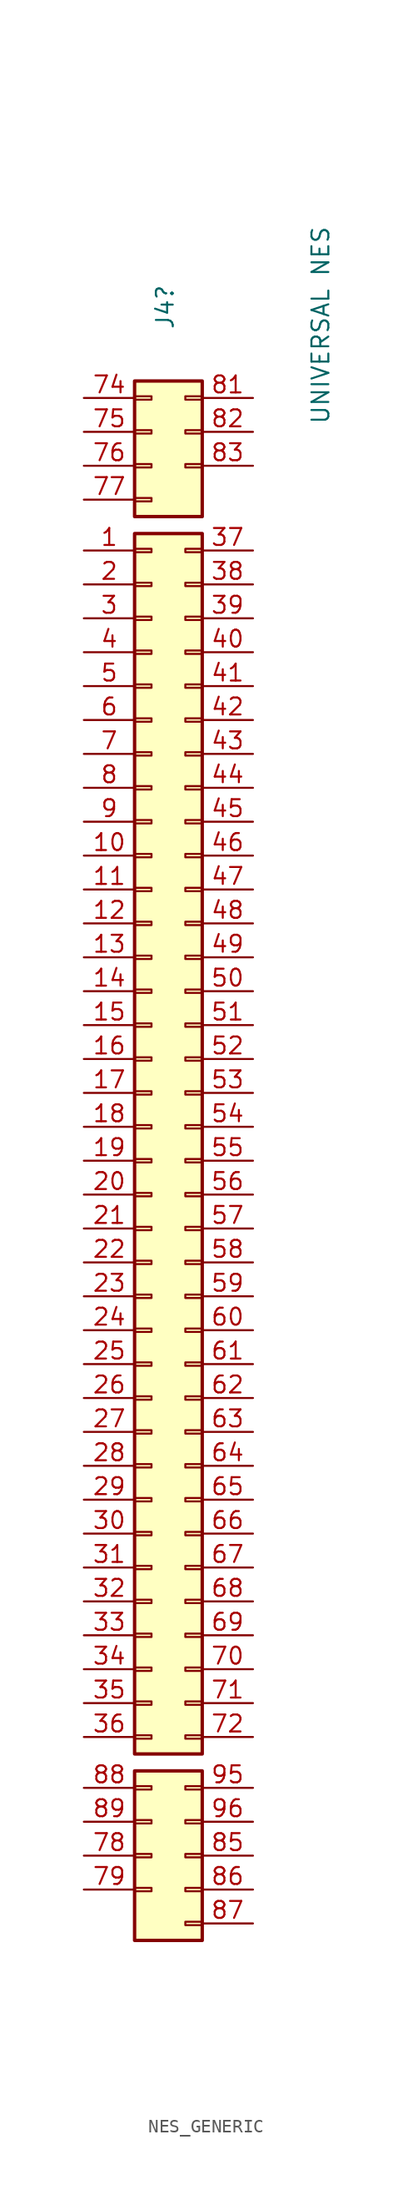
<source format=kicad_sym>
(kicad_symbol_lib
  (version 20231120)
  (generator "kicad_symbol_editor")
  (generator_version "8.0")
  (symbol "NES_GENERIC"
    (pin_names
      (offset 1.016) hide)
    (property "Reference" "J4"
      (at 1.016 59.69 90)
      (effects (font (size 1.27 1.27)) (justify left)))
    (property "Value" "UNIVERSAL NES"
      (at 12.7 52.578 90)
      (effects (font (size 1.27 1.27)) (justify left)))
    (symbol "NES_GENERIC_1_1"
      (rectangle (start -1.27 -57.023) (end 0 -57.277) (stroke (width 0.152) (type default)) (fill (type none)))
      (rectangle (start -1.27 -54.483) (end 0 -54.737) (stroke (width 0.152) (type default)) (fill (type none)))
      (rectangle (start -1.27 -51.943) (end 0 -52.197) (stroke (width 0.152) (type default)) (fill (type none)))
      (rectangle (start -1.27 -49.403) (end 0 -49.657) (stroke (width 0.152) (type default)) (fill (type none)))
      (rectangle (start -1.27 -48.26) (end 3.81 -60.96) (stroke (width 0.254) (type default)) (fill (type background)))
      (rectangle (start -1.27 -45.593) (end 0 -45.847) (stroke (width 0.152) (type default)) (fill (type none)))
      (rectangle (start -1.27 -43.053) (end 0 -43.307) (stroke (width 0.152) (type default)) (fill (type none)))
      (rectangle (start -1.27 -40.513) (end 0 -40.767) (stroke (width 0.152) (type default)) (fill (type none)))
      (rectangle (start -1.27 -37.973) (end 0 -38.227) (stroke (width 0.152) (type default)) (fill (type none)))
      (rectangle (start -1.27 -35.433) (end 0 -35.687) (stroke (width 0.152) (type default)) (fill (type none)))
      (rectangle (start -1.27 -32.893) (end 0 -33.147) (stroke (width 0.152) (type default)) (fill (type none)))
      (rectangle (start -1.27 -30.353) (end 0 -30.607) (stroke (width 0.152) (type default)) (fill (type none)))
      (rectangle (start -1.27 -27.813) (end 0 -28.067) (stroke (width 0.152) (type default)) (fill (type none)))
      (rectangle (start -1.27 -25.273) (end 0 -25.527) (stroke (width 0.152) (type default)) (fill (type none)))
      (rectangle (start -1.27 -22.733) (end 0 -22.987) (stroke (width 0.152) (type default)) (fill (type none)))
      (rectangle (start -1.27 -20.193) (end 0 -20.447) (stroke (width 0.152) (type default)) (fill (type none)))
      (rectangle (start -1.27 -17.653) (end 0 -17.907) (stroke (width 0.152) (type default)) (fill (type none)))
      (rectangle (start -1.27 -15.113) (end 0 -15.367) (stroke (width 0.152) (type default)) (fill (type none)))
      (rectangle (start -1.27 -12.573) (end 0 -12.827) (stroke (width 0.152) (type default)) (fill (type none)))
      (rectangle (start -1.27 -10.033) (end 0 -10.287) (stroke (width 0.152) (type default)) (fill (type none)))
      (rectangle (start -1.27 -7.493) (end 0 -7.747) (stroke (width 0.152) (type default)) (fill (type none)))
      (rectangle (start -1.27 -4.953) (end 0 -5.207) (stroke (width 0.152) (type default)) (fill (type none)))
      (rectangle (start -1.27 -2.413) (end 0 -2.667) (stroke (width 0.152) (type default)) (fill (type none)))
      (rectangle (start -1.27 0.127) (end 0 -0.127) (stroke (width 0.152) (type default)) (fill (type none)))
      (rectangle (start -1.27 2.667) (end 0 2.413) (stroke (width 0.152) (type default)) (fill (type none)))
      (rectangle (start -1.27 5.207) (end 0 4.953) (stroke (width 0.152) (type default)) (fill (type none)))
      (rectangle (start -1.27 7.747) (end 0 7.493) (stroke (width 0.152) (type default)) (fill (type none)))
      (rectangle (start -1.27 10.287) (end 0 10.033) (stroke (width 0.152) (type default)) (fill (type none)))
      (rectangle (start -1.27 12.827) (end 0 12.573) (stroke (width 0.152) (type default)) (fill (type none)))
      (rectangle (start -1.27 15.367) (end 0 15.113) (stroke (width 0.152) (type default)) (fill (type none)))
      (rectangle (start -1.27 17.907) (end 0 17.653) (stroke (width 0.152) (type default)) (fill (type none)))
      (rectangle (start -1.27 20.447) (end 0 20.193) (stroke (width 0.152) (type default)) (fill (type none)))
      (rectangle (start -1.27 22.987) (end 0 22.733) (stroke (width 0.152) (type default)) (fill (type none)))
      (rectangle (start -1.27 25.527) (end 0 25.273) (stroke (width 0.152) (type default)) (fill (type none)))
      (rectangle (start -1.27 28.067) (end 0 27.813) (stroke (width 0.152) (type default)) (fill (type none)))
      (rectangle (start -1.27 30.607) (end 0 30.353) (stroke (width 0.152) (type default)) (fill (type none)))
      (rectangle (start -1.27 33.147) (end 0 32.893) (stroke (width 0.152) (type default)) (fill (type none)))
      (rectangle (start -1.27 35.687) (end 0 35.433) (stroke (width 0.152) (type default)) (fill (type none)))
      (rectangle (start -1.27 38.227) (end 0 37.973) (stroke (width 0.152) (type default)) (fill (type none)))
      (rectangle (start -1.27 40.767) (end 0 40.513) (stroke (width 0.152) (type default)) (fill (type none)))
      (rectangle (start -1.27 43.307) (end 0 43.053) (stroke (width 0.152) (type default)) (fill (type none)))
      (rectangle (start -1.27 44.45) (end 3.81 -46.99) (stroke (width 0.254) (type default)) (fill (type background)))
      (rectangle (start -1.27 47.117) (end 0 46.863) (stroke (width 0.152) (type default)) (fill (type none)))
      (rectangle (start -1.27 49.657) (end 0 49.403) (stroke (width 0.152) (type default)) (fill (type none)))
      (rectangle (start -1.27 52.197) (end 0 51.943) (stroke (width 0.152) (type default)) (fill (type none)))
      (rectangle (start -1.27 54.737) (end 0 54.483) (stroke (width 0.152) (type default)) (fill (type none)))
      (rectangle (start -1.27 55.88) (end 3.81 45.72) (stroke (width 0.254) (type default)) (fill (type background)))
      (rectangle (start 3.81 -59.817) (end 2.54 -59.563) (stroke (width 0.152) (type default)) (fill (type none)))
      (rectangle (start 3.81 -57.277) (end 2.54 -57.023) (stroke (width 0.152) (type default)) (fill (type none)))
      (rectangle (start 3.81 -54.737) (end 2.54 -54.483) (stroke (width 0.152) (type default)) (fill (type none)))
      (rectangle (start 3.81 -52.197) (end 2.54 -51.943) (stroke (width 0.152) (type default)) (fill (type none)))
      (rectangle (start 3.81 -49.657) (end 2.54 -49.403) (stroke (width 0.152) (type default)) (fill (type none)))
      (rectangle (start 3.81 -45.593) (end 2.54 -45.847) (stroke (width 0.152) (type default)) (fill (type none)))
      (rectangle (start 3.81 -43.053) (end 2.54 -43.307) (stroke (width 0.152) (type default)) (fill (type none)))
      (rectangle (start 3.81 -40.513) (end 2.54 -40.767) (stroke (width 0.152) (type default)) (fill (type none)))
      (rectangle (start 3.81 -37.973) (end 2.54 -38.227) (stroke (width 0.152) (type default)) (fill (type none)))
      (rectangle (start 3.81 -35.433) (end 2.54 -35.687) (stroke (width 0.152) (type default)) (fill (type none)))
      (rectangle (start 3.81 -32.893) (end 2.54 -33.147) (stroke (width 0.152) (type default)) (fill (type none)))
      (rectangle (start 3.81 -30.353) (end 2.54 -30.607) (stroke (width 0.152) (type default)) (fill (type none)))
      (rectangle (start 3.81 -27.813) (end 2.54 -28.067) (stroke (width 0.152) (type default)) (fill (type none)))
      (rectangle (start 3.81 -25.273) (end 2.54 -25.527) (stroke (width 0.152) (type default)) (fill (type none)))
      (rectangle (start 3.81 -22.733) (end 2.54 -22.987) (stroke (width 0.152) (type default)) (fill (type none)))
      (rectangle (start 3.81 -20.193) (end 2.54 -20.447) (stroke (width 0.152) (type default)) (fill (type none)))
      (rectangle (start 3.81 -17.653) (end 2.54 -17.907) (stroke (width 0.152) (type default)) (fill (type none)))
      (rectangle (start 3.81 -15.113) (end 2.54 -15.367) (stroke (width 0.152) (type default)) (fill (type none)))
      (rectangle (start 3.81 -12.573) (end 2.54 -12.827) (stroke (width 0.152) (type default)) (fill (type none)))
      (rectangle (start 3.81 -10.033) (end 2.54 -10.287) (stroke (width 0.152) (type default)) (fill (type none)))
      (rectangle (start 3.81 -7.493) (end 2.54 -7.747) (stroke (width 0.152) (type default)) (fill (type none)))
      (rectangle (start 3.81 -4.953) (end 2.54 -5.207) (stroke (width 0.152) (type default)) (fill (type none)))
      (rectangle (start 3.81 -2.413) (end 2.54 -2.667) (stroke (width 0.152) (type default)) (fill (type none)))
      (rectangle (start 3.81 0.127) (end 2.54 -0.127) (stroke (width 0.152) (type default)) (fill (type none)))
      (rectangle (start 3.81 2.667) (end 2.54 2.413) (stroke (width 0.152) (type default)) (fill (type none)))
      (rectangle (start 3.81 5.207) (end 2.54 4.953) (stroke (width 0.152) (type default)) (fill (type none)))
      (rectangle (start 3.81 7.747) (end 2.54 7.493) (stroke (width 0.152) (type default)) (fill (type none)))
      (rectangle (start 3.81 10.287) (end 2.54 10.033) (stroke (width 0.152) (type default)) (fill (type none)))
      (rectangle (start 3.81 12.827) (end 2.54 12.573) (stroke (width 0.152) (type default)) (fill (type none)))
      (rectangle (start 3.81 15.367) (end 2.54 15.113) (stroke (width 0.152) (type default)) (fill (type none)))
      (rectangle (start 3.81 17.907) (end 2.54 17.653) (stroke (width 0.152) (type default)) (fill (type none)))
      (rectangle (start 3.81 20.447) (end 2.54 20.193) (stroke (width 0.152) (type default)) (fill (type none)))
      (rectangle (start 3.81 22.987) (end 2.54 22.733) (stroke (width 0.152) (type default)) (fill (type none)))
      (rectangle (start 3.81 25.527) (end 2.54 25.273) (stroke (width 0.152) (type default)) (fill (type none)))
      (rectangle (start 3.81 28.067) (end 2.54 27.813) (stroke (width 0.152) (type default)) (fill (type none)))
      (rectangle (start 3.81 30.607) (end 2.54 30.353) (stroke (width 0.152) (type default)) (fill (type none)))
      (rectangle (start 3.81 33.147) (end 2.54 32.893) (stroke (width 0.152) (type default)) (fill (type none)))
      (rectangle (start 3.81 35.687) (end 2.54 35.433) (stroke (width 0.152) (type default)) (fill (type none)))
      (rectangle (start 3.81 38.227) (end 2.54 37.973) (stroke (width 0.152) (type default)) (fill (type none)))
      (rectangle (start 3.81 40.767) (end 2.54 40.513) (stroke (width 0.152) (type default)) (fill (type none)))
      (rectangle (start 3.81 43.307) (end 2.54 43.053) (stroke (width 0.152) (type default)) (fill (type none)))
      (rectangle (start 3.81 49.403) (end 2.54 49.657) (stroke (width 0.152) (type default)) (fill (type none)))
      (rectangle (start 3.81 51.943) (end 2.54 52.197) (stroke (width 0.152) (type default)) (fill (type none)))
      (rectangle (start 3.81 54.483) (end 2.54 54.737) (stroke (width 0.152) (type default)) (fill (type none)))
      (pin passive line (at -5.08 43.18 0) (length 3.81) (name "Pin_1" (effects (font (size 1.27 1.27)))) (number "1" (effects (font (size 1.27 1.27)))))
      (pin passive line (at -5.08 20.32 0) (length 3.81) (name "Pin_10" (effects (font (size 1.27 1.27)))) (number "10" (effects (font (size 1.27 1.27)))))
      (pin passive line (at -5.08 17.78 0) (length 3.81) (name "Pin_11" (effects (font (size 1.27 1.27)))) (number "11" (effects (font (size 1.27 1.27)))))
      (pin passive line (at -5.08 15.24 0) (length 3.81) (name "Pin_12" (effects (font (size 1.27 1.27)))) (number "12" (effects (font (size 1.27 1.27)))))
      (pin passive line (at -5.08 12.7 0) (length 3.81) (name "Pin_13" (effects (font (size 1.27 1.27)))) (number "13" (effects (font (size 1.27 1.27)))))
      (pin passive line (at -5.08 10.16 0) (length 3.81) (name "Pin_14" (effects (font (size 1.27 1.27)))) (number "14" (effects (font (size 1.27 1.27)))))
      (pin passive line (at -5.08 7.62 0) (length 3.81) (name "Pin_15" (effects (font (size 1.27 1.27)))) (number "15" (effects (font (size 1.27 1.27)))))
      (pin passive line (at -5.08 5.08 0) (length 3.81) (name "Pin_16" (effects (font (size 1.27 1.27)))) (number "16" (effects (font (size 1.27 1.27)))))
      (pin passive line (at -5.08 2.54 0) (length 3.81) (name "Pin_17" (effects (font (size 1.27 1.27)))) (number "17" (effects (font (size 1.27 1.27)))))
      (pin passive line (at -5.08 0 0) (length 3.81) (name "Pin_18" (effects (font (size 1.27 1.27)))) (number "18" (effects (font (size 1.27 1.27)))))
      (pin passive line (at -5.08 -2.54 0) (length 3.81) (name "Pin_19" (effects (font (size 1.27 1.27)))) (number "19" (effects (font (size 1.27 1.27)))))
      (pin passive line (at -5.08 40.64 0) (length 3.81) (name "Pin_2" (effects (font (size 1.27 1.27)))) (number "2" (effects (font (size 1.27 1.27)))))
      (pin passive line (at -5.08 -5.08 0) (length 3.81) (name "Pin_20" (effects (font (size 1.27 1.27)))) (number "20" (effects (font (size 1.27 1.27)))))
      (pin passive line (at -5.08 -7.62 0) (length 3.81) (name "Pin_21" (effects (font (size 1.27 1.27)))) (number "21" (effects (font (size 1.27 1.27)))))
      (pin passive line (at -5.08 -10.16 0) (length 3.81) (name "Pin_22" (effects (font (size 1.27 1.27)))) (number "22" (effects (font (size 1.27 1.27)))))
      (pin passive line (at -5.08 -12.7 0) (length 3.81) (name "Pin_23" (effects (font (size 1.27 1.27)))) (number "23" (effects (font (size 1.27 1.27)))))
      (pin passive line (at -5.08 -15.24 0) (length 3.81) (name "Pin_24" (effects (font (size 1.27 1.27)))) (number "24" (effects (font (size 1.27 1.27)))))
      (pin passive line (at -5.08 -17.78 0) (length 3.81) (name "Pin_25" (effects (font (size 1.27 1.27)))) (number "25" (effects (font (size 1.27 1.27)))))
      (pin passive line (at -5.08 -20.32 0) (length 3.81) (name "Pin_26" (effects (font (size 1.27 1.27)))) (number "26" (effects (font (size 1.27 1.27)))))
      (pin passive line (at -5.08 -22.86 0) (length 3.81) (name "Pin_27" (effects (font (size 1.27 1.27)))) (number "27" (effects (font (size 1.27 1.27)))))
      (pin passive line (at -5.08 -25.4 0) (length 3.81) (name "Pin_28" (effects (font (size 1.27 1.27)))) (number "28" (effects (font (size 1.27 1.27)))))
      (pin passive line (at -5.08 -27.94 0) (length 3.81) (name "Pin_29" (effects (font (size 1.27 1.27)))) (number "29" (effects (font (size 1.27 1.27)))))
      (pin passive line (at -5.08 38.1 0) (length 3.81) (name "Pin_3" (effects (font (size 1.27 1.27)))) (number "3" (effects (font (size 1.27 1.27)))))
      (pin passive line (at -5.08 -30.48 0) (length 3.81) (name "Pin_30" (effects (font (size 1.27 1.27)))) (number "30" (effects (font (size 1.27 1.27)))))
      (pin passive line (at -5.08 -33.02 0) (length 3.81) (name "Pin_31" (effects (font (size 1.27 1.27)))) (number "31" (effects (font (size 1.27 1.27)))))
      (pin passive line (at -5.08 -35.56 0) (length 3.81) (name "Pin_32" (effects (font (size 1.27 1.27)))) (number "32" (effects (font (size 1.27 1.27)))))
      (pin passive line (at -5.08 -38.1 0) (length 3.81) (name "Pin_33" (effects (font (size 1.27 1.27)))) (number "33" (effects (font (size 1.27 1.27)))))
      (pin passive line (at -5.08 -40.64 0) (length 3.81) (name "Pin_34" (effects (font (size 1.27 1.27)))) (number "34" (effects (font (size 1.27 1.27)))))
      (pin passive line (at -5.08 -43.18 0) (length 3.81) (name "Pin_35" (effects (font (size 1.27 1.27)))) (number "35" (effects (font (size 1.27 1.27)))))
      (pin passive line (at -5.08 -45.72 0) (length 3.81) (name "Pin_36" (effects (font (size 1.27 1.27)))) (number "36" (effects (font (size 1.27 1.27)))))
      (pin passive line (at 7.62 43.18 180) (length 3.81) (name "Pin_37" (effects (font (size 1.27 1.27)))) (number "37" (effects (font (size 1.27 1.27)))))
      (pin passive line (at 7.62 40.64 180) (length 3.81) (name "Pin_38" (effects (font (size 1.27 1.27)))) (number "38" (effects (font (size 1.27 1.27)))))
      (pin passive line (at 7.62 38.1 180) (length 3.81) (name "Pin_39" (effects (font (size 1.27 1.27)))) (number "39" (effects (font (size 1.27 1.27)))))
      (pin passive line (at -5.08 35.56 0) (length 3.81) (name "Pin_4" (effects (font (size 1.27 1.27)))) (number "4" (effects (font (size 1.27 1.27)))))
      (pin passive line (at 7.62 35.56 180) (length 3.81) (name "Pin_40" (effects (font (size 1.27 1.27)))) (number "40" (effects (font (size 1.27 1.27)))))
      (pin passive line (at 7.62 33.02 180) (length 3.81) (name "Pin_41" (effects (font (size 1.27 1.27)))) (number "41" (effects (font (size 1.27 1.27)))))
      (pin passive line (at 7.62 30.48 180) (length 3.81) (name "Pin_42" (effects (font (size 1.27 1.27)))) (number "42" (effects (font (size 1.27 1.27)))))
      (pin passive line (at 7.62 27.94 180) (length 3.81) (name "Pin_43" (effects (font (size 1.27 1.27)))) (number "43" (effects (font (size 1.27 1.27)))))
      (pin passive line (at 7.62 25.4 180) (length 3.81) (name "Pin_44" (effects (font (size 1.27 1.27)))) (number "44" (effects (font (size 1.27 1.27)))))
      (pin passive line (at 7.62 22.86 180) (length 3.81) (name "Pin_45" (effects (font (size 1.27 1.27)))) (number "45" (effects (font (size 1.27 1.27)))))
      (pin passive line (at 7.62 20.32 180) (length 3.81) (name "Pin_46" (effects (font (size 1.27 1.27)))) (number "46" (effects (font (size 1.27 1.27)))))
      (pin passive line (at 7.62 17.78 180) (length 3.81) (name "Pin_47" (effects (font (size 1.27 1.27)))) (number "47" (effects (font (size 1.27 1.27)))))
      (pin passive line (at 7.62 15.24 180) (length 3.81) (name "Pin_48" (effects (font (size 1.27 1.27)))) (number "48" (effects (font (size 1.27 1.27)))))
      (pin passive line (at 7.62 12.7 180) (length 3.81) (name "Pin_49" (effects (font (size 1.27 1.27)))) (number "49" (effects (font (size 1.27 1.27)))))
      (pin passive line (at -5.08 33.02 0) (length 3.81) (name "Pin_5" (effects (font (size 1.27 1.27)))) (number "5" (effects (font (size 1.27 1.27)))))
      (pin passive line (at 7.62 10.16 180) (length 3.81) (name "Pin_50" (effects (font (size 1.27 1.27)))) (number "50" (effects (font (size 1.27 1.27)))))
      (pin passive line (at 7.62 7.62 180) (length 3.81) (name "Pin_51" (effects (font (size 1.27 1.27)))) (number "51" (effects (font (size 1.27 1.27)))))
      (pin passive line (at 7.62 5.08 180) (length 3.81) (name "Pin_52" (effects (font (size 1.27 1.27)))) (number "52" (effects (font (size 1.27 1.27)))))
      (pin passive line (at 7.62 2.54 180) (length 3.81) (name "Pin_53" (effects (font (size 1.27 1.27)))) (number "53" (effects (font (size 1.27 1.27)))))
      (pin passive line (at 7.62 0 180) (length 3.81) (name "Pin_54" (effects (font (size 1.27 1.27)))) (number "54" (effects (font (size 1.27 1.27)))))
      (pin passive line (at 7.62 -2.54 180) (length 3.81) (name "Pin_55" (effects (font (size 1.27 1.27)))) (number "55" (effects (font (size 1.27 1.27)))))
      (pin passive line (at 7.62 -5.08 180) (length 3.81) (name "Pin_56" (effects (font (size 1.27 1.27)))) (number "56" (effects (font (size 1.27 1.27)))))
      (pin passive line (at 7.62 -7.62 180) (length 3.81) (name "Pin_57" (effects (font (size 1.27 1.27)))) (number "57" (effects (font (size 1.27 1.27)))))
      (pin passive line (at 7.62 -10.16 180) (length 3.81) (name "Pin_58" (effects (font (size 1.27 1.27)))) (number "58" (effects (font (size 1.27 1.27)))))
      (pin passive line (at 7.62 -12.7 180) (length 3.81) (name "Pin_59" (effects (font (size 1.27 1.27)))) (number "59" (effects (font (size 1.27 1.27)))))
      (pin passive line (at -5.08 30.48 0) (length 3.81) (name "Pin_6" (effects (font (size 1.27 1.27)))) (number "6" (effects (font (size 1.27 1.27)))))
      (pin passive line (at 7.62 -15.24 180) (length 3.81) (name "Pin_60" (effects (font (size 1.27 1.27)))) (number "60" (effects (font (size 1.27 1.27)))))
      (pin passive line (at 7.62 -17.78 180) (length 3.81) (name "Pin_61" (effects (font (size 1.27 1.27)))) (number "61" (effects (font (size 1.27 1.27)))))
      (pin passive line (at 7.62 -20.32 180) (length 3.81) (name "Pin_62" (effects (font (size 1.27 1.27)))) (number "62" (effects (font (size 1.27 1.27)))))
      (pin passive line (at 7.62 -22.86 180) (length 3.81) (name "Pin_63" (effects (font (size 1.27 1.27)))) (number "63" (effects (font (size 1.27 1.27)))))
      (pin passive line (at 7.62 -25.4 180) (length 3.81) (name "Pin_64" (effects (font (size 1.27 1.27)))) (number "64" (effects (font (size 1.27 1.27)))))
      (pin passive line (at 7.62 -27.94 180) (length 3.81) (name "Pin_65" (effects (font (size 1.27 1.27)))) (number "65" (effects (font (size 1.27 1.27)))))
      (pin passive line (at 7.62 -30.48 180) (length 3.81) (name "Pin_66" (effects (font (size 1.27 1.27)))) (number "66" (effects (font (size 1.27 1.27)))))
      (pin passive line (at 7.62 -33.02 180) (length 3.81) (name "Pin_67" (effects (font (size 1.27 1.27)))) (number "67" (effects (font (size 1.27 1.27)))))
      (pin passive line (at 7.62 -35.56 180) (length 3.81) (name "Pin_68" (effects (font (size 1.27 1.27)))) (number "68" (effects (font (size 1.27 1.27)))))
      (pin passive line (at 7.62 -38.1 180) (length 3.81) (name "Pin_69" (effects (font (size 1.27 1.27)))) (number "69" (effects (font (size 1.27 1.27)))))
      (pin passive line (at -5.08 27.94 0) (length 3.81) (name "Pin_7" (effects (font (size 1.27 1.27)))) (number "7" (effects (font (size 1.27 1.27)))))
      (pin passive line (at 7.62 -40.64 180) (length 3.81) (name "Pin_70" (effects (font (size 1.27 1.27)))) (number "70" (effects (font (size 1.27 1.27)))))
      (pin passive line (at 7.62 -43.18 180) (length 3.81) (name "Pin_71" (effects (font (size 1.27 1.27)))) (number "71" (effects (font (size 1.27 1.27)))))
      (pin passive line (at 7.62 -45.72 180) (length 3.81) (name "Pin_72" (effects (font (size 1.27 1.27)))) (number "72" (effects (font (size 1.27 1.27)))))
      (pin passive line (at -5.08 54.61 0) (length 3.81) (name "Pin_74" (effects (font (size 1.27 1.27)))) (number "74" (effects (font (size 1.27 1.27)))))
      (pin passive line (at -5.08 52.07 0) (length 3.81) (name "Pin_75" (effects (font (size 1.27 1.27)))) (number "75" (effects (font (size 1.27 1.27)))))
      (pin passive line (at -5.08 49.53 0) (length 3.81) (name "Pin_76" (effects (font (size 1.27 1.27)))) (number "76" (effects (font (size 1.27 1.27)))))
      (pin passive line (at -5.08 46.99 0) (length 3.81) (name "Pin_77" (effects (font (size 1.27 1.27)))) (number "77" (effects (font (size 1.27 1.27)))))
      (pin passive line (at -5.08 -54.61 0) (length 3.81) (name "Pin_78" (effects (font (size 1.27 1.27)))) (number "78" (effects (font (size 1.27 1.27)))))
      (pin passive line (at -5.08 -57.15 0) (length 3.81) (name "Pin_79" (effects (font (size 1.27 1.27)))) (number "79" (effects (font (size 1.27 1.27)))))
      (pin passive line (at -5.08 25.4 0) (length 3.81) (name "Pin_8" (effects (font (size 1.27 1.27)))) (number "8" (effects (font (size 1.27 1.27)))))
      (pin passive line (at 7.62 54.61 180) (length 3.81) (name "Pin_81" (effects (font (size 1.27 1.27)))) (number "81" (effects (font (size 1.27 1.27)))))
      (pin passive line (at 7.62 52.07 180) (length 3.81) (name "Pin_82" (effects (font (size 1.27 1.27)))) (number "82" (effects (font (size 1.27 1.27)))))
      (pin passive line (at 7.62 49.53 180) (length 3.81) (name "Pin_83" (effects (font (size 1.27 1.27)))) (number "83" (effects (font (size 1.27 1.27)))))
      (pin passive line (at 7.62 -54.61 180) (length 3.81) (name "Pin_85" (effects (font (size 1.27 1.27)))) (number "85" (effects (font (size 1.27 1.27)))))
      (pin passive line (at 7.62 -57.15 180) (length 3.81) (name "Pin_86" (effects (font (size 1.27 1.27)))) (number "86" (effects (font (size 1.27 1.27)))))
      (pin passive line (at 7.62 -59.69 180) (length 3.81) (name "Pin_87" (effects (font (size 1.27 1.27)))) (number "87" (effects (font (size 1.27 1.27)))))
      (pin passive line (at -5.08 -49.53 0) (length 3.81) (name "Pin_88" (effects (font (size 1.27 1.27)))) (number "88" (effects (font (size 1.27 1.27)))))
      (pin passive line (at -5.08 -52.07 0) (length 3.81) (name "Pin_89" (effects (font (size 1.27 1.27)))) (number "89" (effects (font (size 1.27 1.27)))))
      (pin passive line (at -5.08 22.86 0) (length 3.81) (name "Pin_9" (effects (font (size 1.27 1.27)))) (number "9" (effects (font (size 1.27 1.27)))))
      (pin passive line (at 7.62 -49.53 180) (length 3.81) (name "Pin_95" (effects (font (size 1.27 1.27)))) (number "95" (effects (font (size 1.27 1.27)))))
      (pin passive line (at 7.62 -52.07 180) (length 3.81) (name "Pin_96" (effects (font (size 1.27 1.27)))) (number "96" (effects (font (size 1.27 1.27))))))))
</source>
